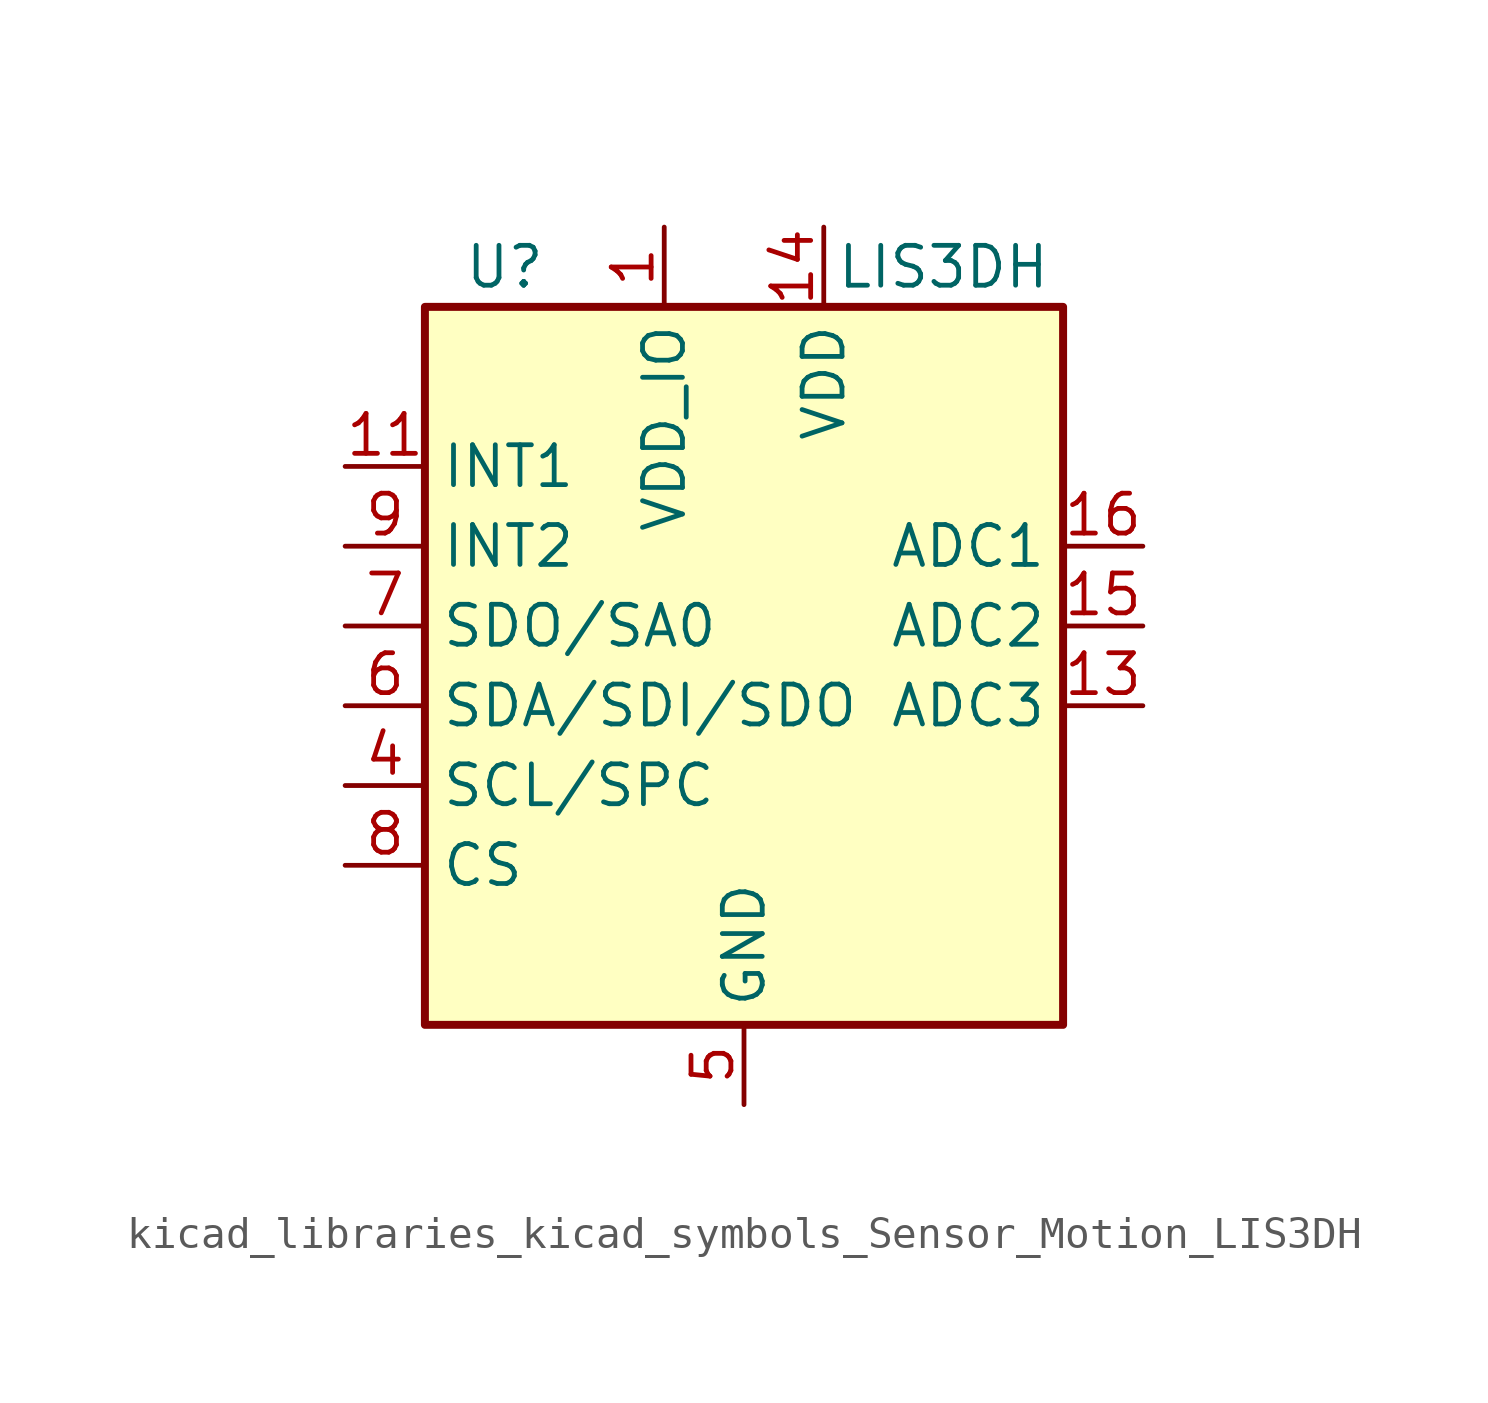
<source format=kicad_sym>
(kicad_symbol_lib
  (version 20220914)
  (generator kicad_symbol_editor)
  (symbol "kicad_libraries_kicad_symbols_Sensor_Motion_LIS3DH"
    (property "Reference" "U"
      (at -7.62 11.43 0)
      (effects (font (size 1.27 1.27))))
    (property "Value" "LIS3DH"
      (at 6.35 11.43 0)
      (effects (font (size 1.27 1.27))))
    (symbol "kicad_libraries_kicad_symbols_Sensor_Motion_LIS3DH_0_1"
      (rectangle (start -10.16 10.16) (end 10.16 -12.7) (stroke (width 0.254) (type default)) (fill (type background))))
    (symbol "kicad_libraries_kicad_symbols_Sensor_Motion_LIS3DH_1_1"
      (pin power_in line (at -2.54 12.7 270) (length 2.54) (name "VDD_IO" (effects (font (size 1.27 1.27)))) (number "1" (effects (font (size 1.27 1.27)))))
      (pin passive line (at 0 -15.24 90) (length 2.54) hide (name "GND" (effects (font (size 1.27 1.27)))) (number "10" (effects (font (size 1.27 1.27)))))
      (pin output line (at -12.7 5.08 0) (length 2.54) (name "INT1" (effects (font (size 1.27 1.27)))) (number "11" (effects (font (size 1.27 1.27)))))
      (pin passive line (at 0 -15.24 90) (length 2.54) hide (name "GND" (effects (font (size 1.27 1.27)))) (number "12" (effects (font (size 1.27 1.27)))))
      (pin input line (at 12.7 -2.54 180) (length 2.54) (name "ADC3" (effects (font (size 1.27 1.27)))) (number "13" (effects (font (size 1.27 1.27)))))
      (pin power_in line (at 2.54 12.7 270) (length 2.54) (name "VDD" (effects (font (size 1.27 1.27)))) (number "14" (effects (font (size 1.27 1.27)))))
      (pin input line (at 12.7 0 180) (length 2.54) (name "ADC2" (effects (font (size 1.27 1.27)))) (number "15" (effects (font (size 1.27 1.27)))))
      (pin input line (at 12.7 2.54 180) (length 2.54) (name "ADC1" (effects (font (size 1.27 1.27)))) (number "16" (effects (font (size 1.27 1.27)))))
      (pin no_connect line (at 10.16 5.08 180) (length 2.54) hide (name "NC" (effects (font (size 1.27 1.27)))) (number "2" (effects (font (size 1.27 1.27)))))
      (pin no_connect line (at 10.16 7.62 180) (length 2.54) hide (name "NC" (effects (font (size 1.27 1.27)))) (number "3" (effects (font (size 1.27 1.27)))))
      (pin input line (at -12.7 -5.08 0) (length 2.54) (name "SCL/SPC" (effects (font (size 1.27 1.27)))) (number "4" (effects (font (size 1.27 1.27)))))
      (pin power_in line (at 0 -15.24 90) (length 2.54) (name "GND" (effects (font (size 1.27 1.27)))) (number "5" (effects (font (size 1.27 1.27)))))
      (pin bidirectional line (at -12.7 -2.54 0) (length 2.54) (name "SDA/SDI/SDO" (effects (font (size 1.27 1.27)))) (number "6" (effects (font (size 1.27 1.27)))))
      (pin bidirectional line (at -12.7 0 0) (length 2.54) (name "SDO/SA0" (effects (font (size 1.27 1.27)))) (number "7" (effects (font (size 1.27 1.27)))))
      (pin input line (at -12.7 -7.62 0) (length 2.54) (name "CS" (effects (font (size 1.27 1.27)))) (number "8" (effects (font (size 1.27 1.27)))))
      (pin output line (at -12.7 2.54 0) (length 2.54) (name "INT2" (effects (font (size 1.27 1.27)))) (number "9" (effects (font (size 1.27 1.27))))))))
</source>
